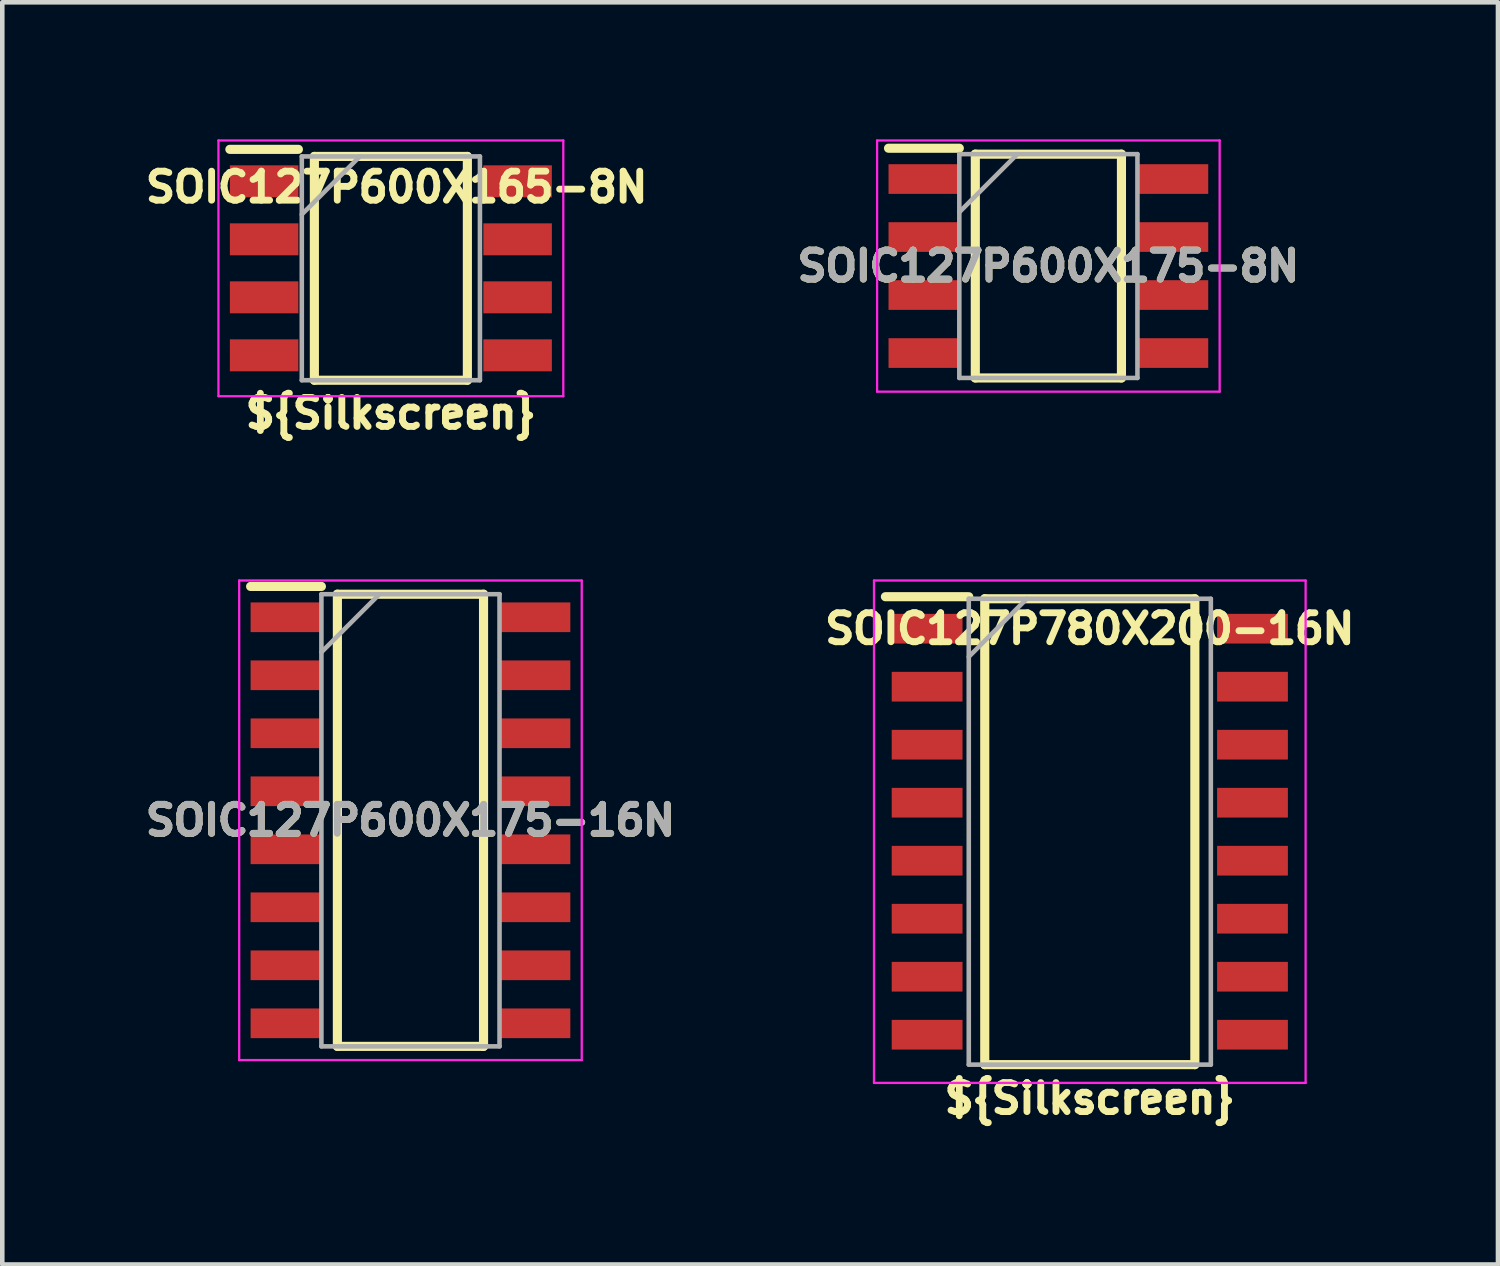
<source format=kicad_pcb>
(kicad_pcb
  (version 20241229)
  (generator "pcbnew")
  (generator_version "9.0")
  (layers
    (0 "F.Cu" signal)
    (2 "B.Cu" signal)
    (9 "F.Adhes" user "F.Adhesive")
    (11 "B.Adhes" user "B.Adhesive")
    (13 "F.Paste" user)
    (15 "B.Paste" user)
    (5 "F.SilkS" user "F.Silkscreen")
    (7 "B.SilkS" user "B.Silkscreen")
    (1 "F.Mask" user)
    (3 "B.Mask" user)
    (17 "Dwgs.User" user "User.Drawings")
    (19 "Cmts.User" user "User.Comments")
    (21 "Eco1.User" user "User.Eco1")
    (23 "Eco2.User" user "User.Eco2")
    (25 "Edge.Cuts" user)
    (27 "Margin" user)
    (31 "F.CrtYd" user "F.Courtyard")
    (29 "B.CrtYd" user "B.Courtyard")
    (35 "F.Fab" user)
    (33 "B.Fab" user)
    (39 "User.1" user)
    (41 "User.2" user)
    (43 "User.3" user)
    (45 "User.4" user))
  (footprint "SOIC127P600X175-8N"
    (layer "F.Cu")
    (at 19.904 2.775)
    (property "Reference" "SOIC127P600X175-8N" (at 0 0 0) (layer "F.SilkS") (effects (font (size 0.635 0.635) (thickness 0.15))))
    (attr smd)
    (fp_line (start -3.5 -2.58) (end -1.95 -2.58) (stroke (width 0.2) (type solid)) (layer "F.SilkS"))
    (fp_line (start -1.6 -2.45) (end 1.6 -2.45) (stroke (width 0.2) (type solid)) (layer "F.SilkS"))
    (fp_line (start -1.6 2.45) (end -1.6 -2.45) (stroke (width 0.2) (type solid)) (layer "F.SilkS"))
    (fp_line (start 1.6 -2.45) (end 1.6 2.45) (stroke (width 0.2) (type solid)) (layer "F.SilkS"))
    (fp_line (start 1.6 2.45) (end -1.6 2.45) (stroke (width 0.2) (type solid)) (layer "F.SilkS"))
    (fp_line (start -3.75 -2.75) (end 3.75 -2.75) (stroke (width 0.05) (type solid)) (layer "F.CrtYd"))
    (fp_line (start -3.75 2.75) (end -3.75 -2.75) (stroke (width 0.05) (type solid)) (layer "F.CrtYd"))
    (fp_line (start 3.75 -2.75) (end 3.75 2.75) (stroke (width 0.05) (type solid)) (layer "F.CrtYd"))
    (fp_line (start 3.75 2.75) (end -3.75 2.75) (stroke (width 0.05) (type solid)) (layer "F.CrtYd"))
    (fp_line (start -1.95 -2.45) (end 1.95 -2.45) (stroke (width 0.1) (type solid)) (layer "F.Fab"))
    (fp_line (start -1.95 -1.18) (end -0.68 -2.45) (stroke (width 0.1) (type solid)) (layer "F.Fab"))
    (fp_line (start -1.95 2.45) (end -1.95 -2.45) (stroke (width 0.1) (type solid)) (layer "F.Fab"))
    (fp_line (start 1.95 -2.45) (end 1.95 2.45) (stroke (width 0.1) (type solid)) (layer "F.Fab"))
    (fp_line (start 1.95 2.45) (end -1.95 2.45) (stroke (width 0.1) (type solid)) (layer "F.Fab"))
    (fp_text user "${REFERENCE}" (at 0 0 0) (layer "F.Fab") (effects (font (size 0.635 0.635) (thickness 0.15))))
    (pad "1" smd rect (at -2.725 -1.905 90) (size 0.65 1.55) (layers "F.Cu" "F.Mask" "F.Paste"))
    (pad "2" smd rect (at -2.725 -0.635 90) (size 0.65 1.55) (layers "F.Cu" "F.Mask" "F.Paste"))
    (pad "3" smd rect (at -2.725 0.635 90) (size 0.65 1.55) (layers "F.Cu" "F.Mask" "F.Paste"))
    (pad "4" smd rect (at -2.725 1.905 90) (size 0.65 1.55) (layers "F.Cu" "F.Mask" "F.Paste"))
    (pad "5" smd rect (at 2.725 1.905 90) (size 0.65 1.55) (layers "F.Cu" "F.Mask" "F.Paste"))
    (pad "6" smd rect (at 2.725 0.635 90) (size 0.65 1.55) (layers "F.Cu" "F.Mask" "F.Paste"))
    (pad "7" smd rect (at 2.725 -0.635 90) (size 0.65 1.55) (layers "F.Cu" "F.Mask" "F.Paste"))
    (pad "8" smd rect (at 2.725 -1.905 90) (size 0.65 1.55) (layers "F.Cu" "F.Mask" "F.Paste")))
  (footprint "SOIC127P600X165-8N"
    (layer "F.Cu")
    (at 5.508 2.825)
    (property "Reference" "SOIC127P600X165-8N" (at 0.127 -1.778 0) (layer "F.SilkS") (effects (font (size 0.635 0.635) (thickness 0.15))))
    (property "Silkscreen" "${Silkscreen}" (at 0 3.175 0) (layer "F.SilkS") (effects (font (size 0.635 0.635) (thickness 0.15))))
    (attr smd)
    (fp_line (start -3.525 -2.605) (end -2.025 -2.605) (stroke (width 0.2) (type solid)) (layer "F.SilkS"))
    (fp_line (start -1.675 -2.45) (end 1.675 -2.45) (stroke (width 0.2) (type solid)) (layer "F.SilkS"))
    (fp_line (start -1.675 2.45) (end -1.675 -2.45) (stroke (width 0.2) (type solid)) (layer "F.SilkS"))
    (fp_line (start 1.675 -2.45) (end 1.675 2.45) (stroke (width 0.2) (type solid)) (layer "F.SilkS"))
    (fp_line (start 1.675 2.45) (end -1.675 2.45) (stroke (width 0.2) (type solid)) (layer "F.SilkS"))
    (fp_line (start -3.775 -2.8) (end 3.775 -2.8) (stroke (width 0.05) (type solid)) (layer "F.CrtYd"))
    (fp_line (start -3.775 2.8) (end -3.775 -2.8) (stroke (width 0.05) (type solid)) (layer "F.CrtYd"))
    (fp_line (start 3.775 -2.8) (end 3.775 2.8) (stroke (width 0.05) (type solid)) (layer "F.CrtYd"))
    (fp_line (start 3.775 2.8) (end -3.775 2.8) (stroke (width 0.05) (type solid)) (layer "F.CrtYd"))
    (fp_line (start -1.95 -2.45) (end 1.95 -2.45) (stroke (width 0.1) (type solid)) (layer "F.Fab"))
    (fp_line (start -1.95 -1.18) (end -0.68 -2.45) (stroke (width 0.1) (type solid)) (layer "F.Fab"))
    (fp_line (start -1.95 2.45) (end -1.95 -2.45) (stroke (width 0.1) (type solid)) (layer "F.Fab"))
    (fp_line (start 1.95 -2.45) (end 1.95 2.45) (stroke (width 0.1) (type solid)) (layer "F.Fab"))
    (fp_line (start 1.95 2.45) (end -1.95 2.45) (stroke (width 0.1) (type solid)) (layer "F.Fab"))
    (pad "1" smd rect (at -2.775 -1.905 90) (size 0.7 1.5) (layers "F.Cu" "F.Mask" "F.Paste"))
    (pad "2" smd rect (at -2.775 -0.635 90) (size 0.7 1.5) (layers "F.Cu" "F.Mask" "F.Paste"))
    (pad "3" smd rect (at -2.775 0.635 90) (size 0.7 1.5) (layers "F.Cu" "F.Mask" "F.Paste"))
    (pad "4" smd rect (at -2.775 1.905 90) (size 0.7 1.5) (layers "F.Cu" "F.Mask" "F.Paste"))
    (pad "5" smd rect (at 2.775 1.905 90) (size 0.7 1.5) (layers "F.Cu" "F.Mask" "F.Paste"))
    (pad "6" smd rect (at 2.775 0.635 90) (size 0.7 1.5) (layers "F.Cu" "F.Mask" "F.Paste"))
    (pad "7" smd rect (at 2.775 -0.635 90) (size 0.7 1.5) (layers "F.Cu" "F.Mask" "F.Paste"))
    (pad "8" smd rect (at 2.775 -1.905 90) (size 0.7 1.5) (layers "F.Cu" "F.Mask" "F.Paste")))
  (footprint "SOIC127P780X200-16N"
    (layer "F.Cu")
    (at 20.811 15.16)
    (property "Reference" "SOIC127P780X200-16N" (at 0 -4.445 0) (layer "F.SilkS") (effects (font (size 0.635 0.635) (thickness 0.15))))
    (property "Silkscreen" "${Silkscreen}" (at 0 5.842 0) (layer "F.SilkS") (effects (font (size 0.635 0.635) (thickness 0.15))))
    (attr smd)
    (fp_line (start -4.475 -5.145) (end -2.65 -5.145) (stroke (width 0.2) (type solid)) (layer "F.SilkS"))
    (fp_line (start -2.3 -5.1) (end 2.3 -5.1) (stroke (width 0.2) (type solid)) (layer "F.SilkS"))
    (fp_line (start -2.3 5.1) (end -2.3 -5.1) (stroke (width 0.2) (type solid)) (layer "F.SilkS"))
    (fp_line (start 2.3 -5.1) (end 2.3 5.1) (stroke (width 0.2) (type solid)) (layer "F.SilkS"))
    (fp_line (start 2.3 5.1) (end -2.3 5.1) (stroke (width 0.2) (type solid)) (layer "F.SilkS"))
    (fp_line (start -4.725 -5.5) (end 4.725 -5.5) (stroke (width 0.05) (type solid)) (layer "F.CrtYd"))
    (fp_line (start -4.725 5.5) (end -4.725 -5.5) (stroke (width 0.05) (type solid)) (layer "F.CrtYd"))
    (fp_line (start 4.725 -5.5) (end 4.725 5.5) (stroke (width 0.05) (type solid)) (layer "F.CrtYd"))
    (fp_line (start 4.725 5.5) (end -4.725 5.5) (stroke (width 0.05) (type solid)) (layer "F.CrtYd"))
    (fp_line (start -2.65 -5.1) (end 2.65 -5.1) (stroke (width 0.1) (type solid)) (layer "F.Fab"))
    (fp_line (start -2.65 -3.83) (end -1.38 -5.1) (stroke (width 0.1) (type solid)) (layer "F.Fab"))
    (fp_line (start -2.65 5.1) (end -2.65 -5.1) (stroke (width 0.1) (type solid)) (layer "F.Fab"))
    (fp_line (start 2.65 -5.1) (end 2.65 5.1) (stroke (width 0.1) (type solid)) (layer "F.Fab"))
    (fp_line (start 2.65 5.1) (end -2.65 5.1) (stroke (width 0.1) (type solid)) (layer "F.Fab"))
    (pad "1" smd rect (at -3.562 -4.445 90) (size 0.65 1.55) (layers "F.Cu" "F.Mask" "F.Paste"))
    (pad "2" smd rect (at -3.562 -3.175 90) (size 0.65 1.55) (layers "F.Cu" "F.Mask" "F.Paste"))
    (pad "3" smd rect (at -3.562 -1.905 90) (size 0.65 1.55) (layers "F.Cu" "F.Mask" "F.Paste"))
    (pad "4" smd rect (at -3.562 -0.635 90) (size 0.65 1.55) (layers "F.Cu" "F.Mask" "F.Paste"))
    (pad "5" smd rect (at -3.562 0.635 90) (size 0.65 1.55) (layers "F.Cu" "F.Mask" "F.Paste"))
    (pad "6" smd rect (at -3.562 1.905 90) (size 0.65 1.55) (layers "F.Cu" "F.Mask" "F.Paste"))
    (pad "7" smd rect (at -3.562 3.175 90) (size 0.65 1.55) (layers "F.Cu" "F.Mask" "F.Paste"))
    (pad "8" smd rect (at -3.562 4.445 90) (size 0.65 1.55) (layers "F.Cu" "F.Mask" "F.Paste"))
    (pad "9" smd rect (at 3.562 4.445 90) (size 0.65 1.55) (layers "F.Cu" "F.Mask" "F.Paste"))
    (pad "10" smd rect (at 3.562 3.175 90) (size 0.65 1.55) (layers "F.Cu" "F.Mask" "F.Paste"))
    (pad "11" smd rect (at 3.562 1.905 90) (size 0.65 1.55) (layers "F.Cu" "F.Mask" "F.Paste"))
    (pad "12" smd rect (at 3.562 0.635 90) (size 0.65 1.55) (layers "F.Cu" "F.Mask" "F.Paste"))
    (pad "13" smd rect (at 3.562 -0.635 90) (size 0.65 1.55) (layers "F.Cu" "F.Mask" "F.Paste"))
    (pad "14" smd rect (at 3.562 -1.905 90) (size 0.65 1.55) (layers "F.Cu" "F.Mask" "F.Paste"))
    (pad "15" smd rect (at 3.562 -3.175 90) (size 0.65 1.55) (layers "F.Cu" "F.Mask" "F.Paste"))
    (pad "16" smd rect (at 3.562 -4.445 90) (size 0.65 1.55) (layers "F.Cu" "F.Mask" "F.Paste")))
  (footprint "SOIC127P600X175-16N"
    (layer "F.Cu")
    (at 5.937 14.91)
    (property "Reference" "SOIC127P600X175-16N" (at 0 0 0) (layer "F.SilkS") (effects (font (size 0.635 0.635) (thickness 0.15))))
    (attr smd)
    (fp_line (start -3.5 -5.12) (end -1.95 -5.12) (stroke (width 0.2) (type solid)) (layer "F.SilkS"))
    (fp_line (start -1.6 -4.95) (end 1.6 -4.95) (stroke (width 0.2) (type solid)) (layer "F.SilkS"))
    (fp_line (start -1.6 4.95) (end -1.6 -4.95) (stroke (width 0.2) (type solid)) (layer "F.SilkS"))
    (fp_line (start 1.6 -4.95) (end 1.6 4.95) (stroke (width 0.2) (type solid)) (layer "F.SilkS"))
    (fp_line (start 1.6 4.95) (end -1.6 4.95) (stroke (width 0.2) (type solid)) (layer "F.SilkS"))
    (fp_line (start -3.75 -5.25) (end 3.75 -5.25) (stroke (width 0.05) (type solid)) (layer "F.CrtYd"))
    (fp_line (start -3.75 5.25) (end -3.75 -5.25) (stroke (width 0.05) (type solid)) (layer "F.CrtYd"))
    (fp_line (start 3.75 -5.25) (end 3.75 5.25) (stroke (width 0.05) (type solid)) (layer "F.CrtYd"))
    (fp_line (start 3.75 5.25) (end -3.75 5.25) (stroke (width 0.05) (type solid)) (layer "F.CrtYd"))
    (fp_line (start -1.95 -4.95) (end 1.95 -4.95) (stroke (width 0.1) (type solid)) (layer "F.Fab"))
    (fp_line (start -1.95 -3.68) (end -0.68 -4.95) (stroke (width 0.1) (type solid)) (layer "F.Fab"))
    (fp_line (start -1.95 4.95) (end -1.95 -4.95) (stroke (width 0.1) (type solid)) (layer "F.Fab"))
    (fp_line (start 1.95 -4.95) (end 1.95 4.95) (stroke (width 0.1) (type solid)) (layer "F.Fab"))
    (fp_line (start 1.95 4.95) (end -1.95 4.95) (stroke (width 0.1) (type solid)) (layer "F.Fab"))
    (fp_text user "${REFERENCE}" (at 0 0 0) (layer "F.Fab") (effects (font (size 0.635 0.635) (thickness 0.15))))
    (pad "1" smd rect (at -2.725 -4.445 90) (size 0.65 1.55) (layers "F.Cu" "F.Mask" "F.Paste"))
    (pad "2" smd rect (at -2.725 -3.175 90) (size 0.65 1.55) (layers "F.Cu" "F.Mask" "F.Paste"))
    (pad "3" smd rect (at -2.725 -1.905 90) (size 0.65 1.55) (layers "F.Cu" "F.Mask" "F.Paste"))
    (pad "4" smd rect (at -2.725 -0.635 90) (size 0.65 1.55) (layers "F.Cu" "F.Mask" "F.Paste"))
    (pad "5" smd rect (at -2.725 0.635 90) (size 0.65 1.55) (layers "F.Cu" "F.Mask" "F.Paste"))
    (pad "6" smd rect (at -2.725 1.905 90) (size 0.65 1.55) (layers "F.Cu" "F.Mask" "F.Paste"))
    (pad "7" smd rect (at -2.725 3.175 90) (size 0.65 1.55) (layers "F.Cu" "F.Mask" "F.Paste"))
    (pad "8" smd rect (at -2.725 4.445 90) (size 0.65 1.55) (layers "F.Cu" "F.Mask" "F.Paste"))
    (pad "9" smd rect (at 2.725 4.445 90) (size 0.65 1.55) (layers "F.Cu" "F.Mask" "F.Paste"))
    (pad "10" smd rect (at 2.725 3.175 90) (size 0.65 1.55) (layers "F.Cu" "F.Mask" "F.Paste"))
    (pad "11" smd rect (at 2.725 1.905 90) (size 0.65 1.55) (layers "F.Cu" "F.Mask" "F.Paste"))
    (pad "12" smd rect (at 2.725 0.635 90) (size 0.65 1.55) (layers "F.Cu" "F.Mask" "F.Paste"))
    (pad "13" smd rect (at 2.725 -0.635 90) (size 0.65 1.55) (layers "F.Cu" "F.Mask" "F.Paste"))
    (pad "14" smd rect (at 2.725 -1.905 90) (size 0.65 1.55) (layers "F.Cu" "F.Mask" "F.Paste"))
    (pad "15" smd rect (at 2.725 -3.175 90) (size 0.65 1.55) (layers "F.Cu" "F.Mask" "F.Paste"))
    (pad "16" smd rect (at 2.725 -4.445 90) (size 0.65 1.55) (layers "F.Cu" "F.Mask" "F.Paste")))
  (gr_rect
    (start -3 -3)
    (end 29.748 24.636)
    (stroke (width 0.1) (type default))
    (fill no)
    (layer "Edge.Cuts")))
</source>
